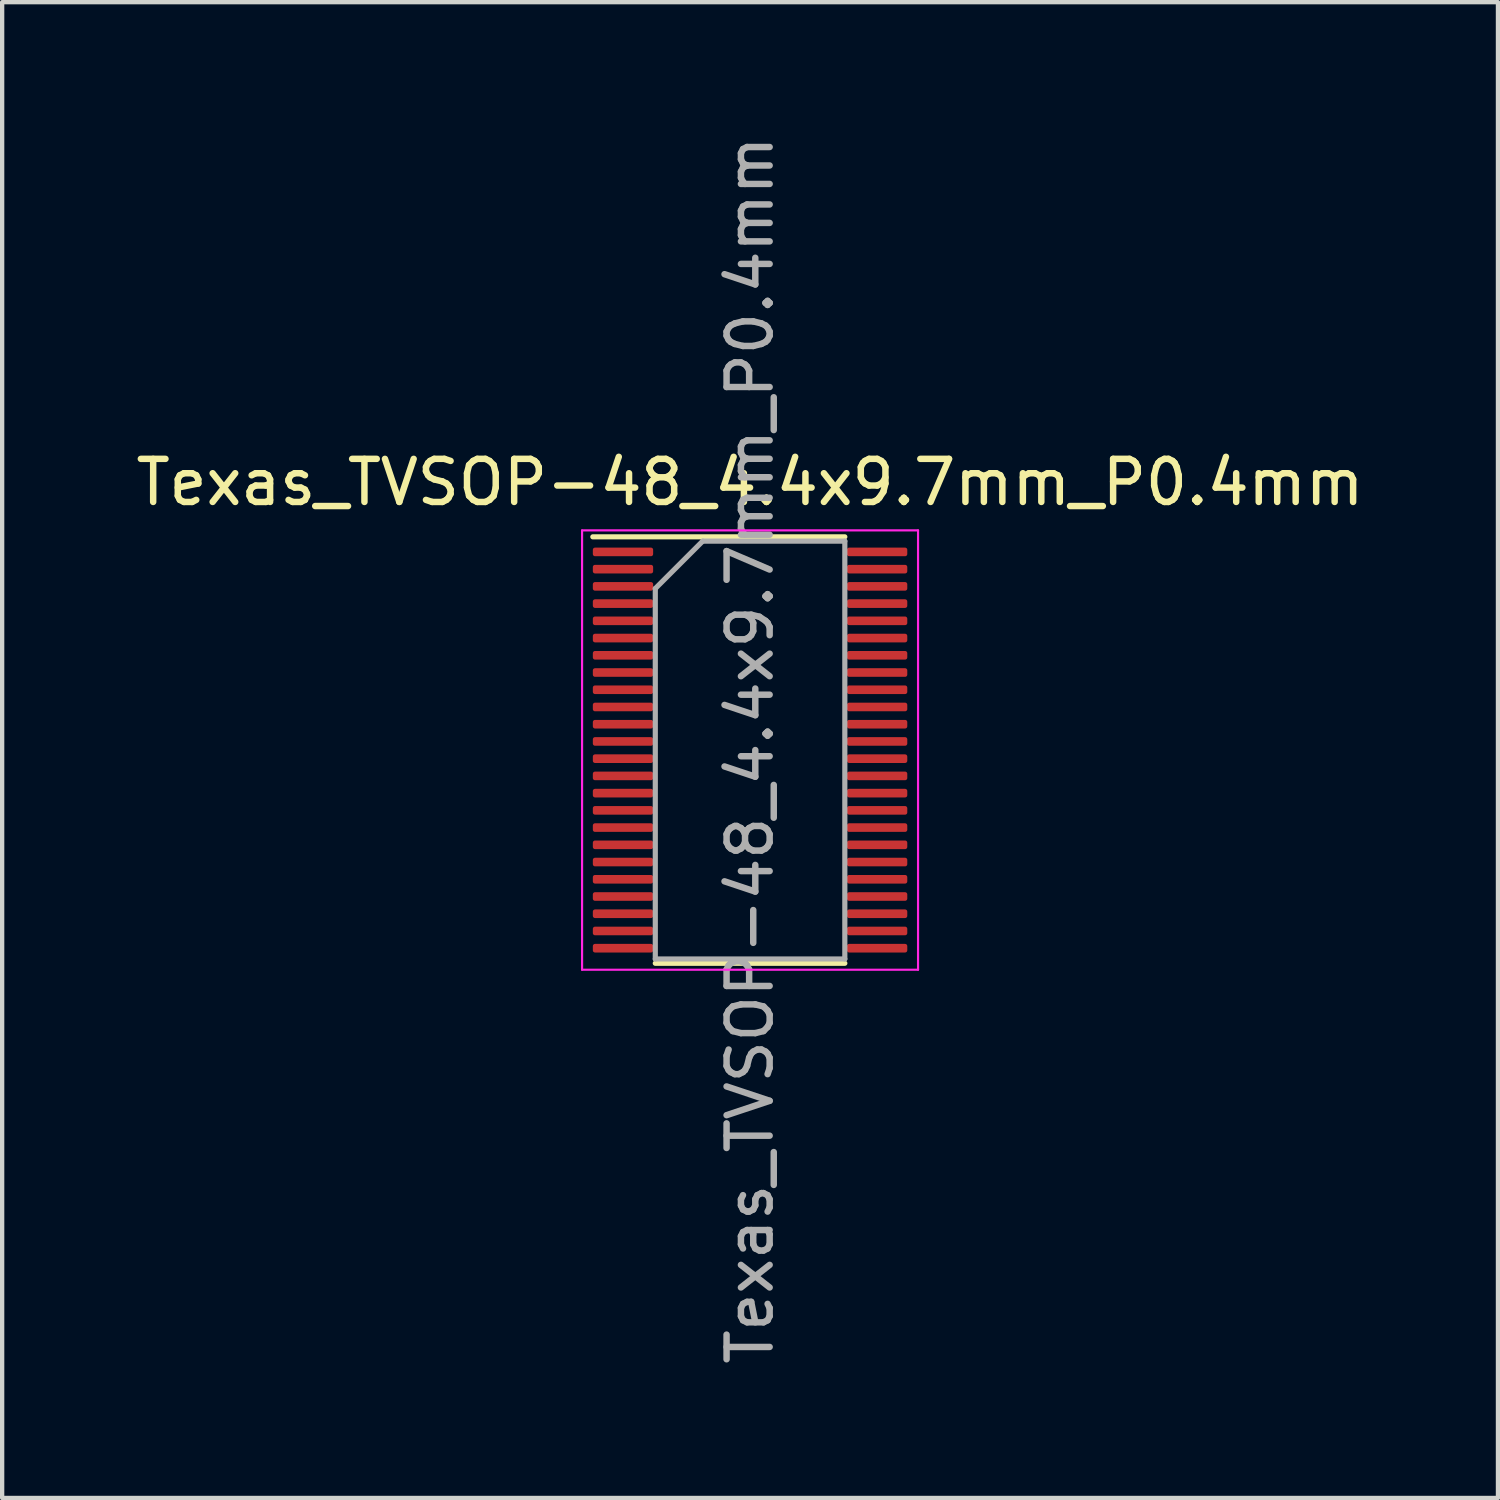
<source format=kicad_pcb>
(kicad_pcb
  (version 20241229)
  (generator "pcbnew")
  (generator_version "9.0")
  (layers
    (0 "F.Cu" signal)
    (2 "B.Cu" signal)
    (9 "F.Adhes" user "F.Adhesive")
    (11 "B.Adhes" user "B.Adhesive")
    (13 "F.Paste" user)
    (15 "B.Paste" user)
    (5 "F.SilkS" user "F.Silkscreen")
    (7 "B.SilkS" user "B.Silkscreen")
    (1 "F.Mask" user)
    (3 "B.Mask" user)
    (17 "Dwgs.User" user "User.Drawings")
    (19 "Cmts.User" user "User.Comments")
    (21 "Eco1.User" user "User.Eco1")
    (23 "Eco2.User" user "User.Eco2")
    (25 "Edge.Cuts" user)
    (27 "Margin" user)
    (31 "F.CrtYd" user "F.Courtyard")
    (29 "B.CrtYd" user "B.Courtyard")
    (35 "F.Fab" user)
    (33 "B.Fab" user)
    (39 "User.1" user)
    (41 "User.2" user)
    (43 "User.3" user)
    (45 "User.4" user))
  (footprint "Texas_TVSOP-48_4.4x9.7mm_P0.4mm"
    (layer "F.Cu")
    (at 14.363 14.363)
    (property "Reference" "Texas_TVSOP-48_4.4x9.7mm_P0.4mm" (at 0 -6.215 0) (layer "F.SilkS") (effects (font (size 1 1) (thickness 0.15))))
    (attr smd)
    (fp_line (start -3.65 -4.95) (end 2.2 -4.95) (stroke (width 0.12) (type solid)) (layer "F.SilkS"))
    (fp_line (start 2.2 4.95) (end -2.2 4.95) (stroke (width 0.12) (type solid)) (layer "F.SilkS"))
    (fp_line (start -3.9 -5.1) (end 3.9 -5.1) (stroke (width 0.05) (type solid)) (layer "F.CrtYd"))
    (fp_line (start -3.9 5.1) (end -3.9 -5.1) (stroke (width 0.05) (type solid)) (layer "F.CrtYd"))
    (fp_line (start 3.9 -5.1) (end 3.9 5.1) (stroke (width 0.05) (type solid)) (layer "F.CrtYd"))
    (fp_line (start 3.9 5.1) (end -3.9 5.1) (stroke (width 0.05) (type solid)) (layer "F.CrtYd"))
    (fp_line (start -2.2 -3.75) (end -1.1 -4.85) (stroke (width 0.12) (type solid)) (layer "F.Fab"))
    (fp_line (start -2.2 4.85) (end -2.2 -3.75) (stroke (width 0.12) (type solid)) (layer "F.Fab"))
    (fp_line (start -1.1 -4.85) (end 2.2 -4.85) (stroke (width 0.12) (type solid)) (layer "F.Fab"))
    (fp_line (start 2.2 -4.85) (end 2.2 4.85) (stroke (width 0.12) (type solid)) (layer "F.Fab"))
    (fp_line (start 2.2 4.85) (end -2.2 4.85) (stroke (width 0.12) (type solid)) (layer "F.Fab"))
    (fp_text user "${REFERENCE}" (at 0 0 270) (layer "F.Fab") (effects (font (size 1 1) (thickness 0.15))))
    (pad "1" smd roundrect (at -2.95 -4.6 270) (size 0.2 1.4) (layers "F.Cu" "F.Mask" "F.Paste") (roundrect_rratio 0.25))
    (pad "2" smd roundrect (at -2.95 -4.2 270) (size 0.2 1.4) (layers "F.Cu" "F.Mask" "F.Paste") (roundrect_rratio 0.25))
    (pad "3" smd roundrect (at -2.95 -3.8 270) (size 0.2 1.4) (layers "F.Cu" "F.Mask" "F.Paste") (roundrect_rratio 0.25))
    (pad "4" smd roundrect (at -2.95 -3.4 270) (size 0.2 1.4) (layers "F.Cu" "F.Mask" "F.Paste") (roundrect_rratio 0.25))
    (pad "5" smd roundrect (at -2.95 -3 270) (size 0.2 1.4) (layers "F.Cu" "F.Mask" "F.Paste") (roundrect_rratio 0.25))
    (pad "6" smd roundrect (at -2.95 -2.6 270) (size 0.2 1.4) (layers "F.Cu" "F.Mask" "F.Paste") (roundrect_rratio 0.25))
    (pad "7" smd roundrect (at -2.95 -2.2 270) (size 0.2 1.4) (layers "F.Cu" "F.Mask" "F.Paste") (roundrect_rratio 0.25))
    (pad "8" smd roundrect (at -2.95 -1.8 270) (size 0.2 1.4) (layers "F.Cu" "F.Mask" "F.Paste") (roundrect_rratio 0.25))
    (pad "9" smd roundrect (at -2.95 -1.4 270) (size 0.2 1.4) (layers "F.Cu" "F.Mask" "F.Paste") (roundrect_rratio 0.25))
    (pad "10" smd roundrect (at -2.95 -1 270) (size 0.2 1.4) (layers "F.Cu" "F.Mask" "F.Paste") (roundrect_rratio 0.25))
    (pad "11" smd roundrect (at -2.95 -0.6 270) (size 0.2 1.4) (layers "F.Cu" "F.Mask" "F.Paste") (roundrect_rratio 0.25))
    (pad "12" smd roundrect (at -2.95 -0.2 270) (size 0.2 1.4) (layers "F.Cu" "F.Mask" "F.Paste") (roundrect_rratio 0.25))
    (pad "13" smd roundrect (at -2.95 0.2 270) (size 0.2 1.4) (layers "F.Cu" "F.Mask" "F.Paste") (roundrect_rratio 0.25))
    (pad "14" smd roundrect (at -2.95 0.6 270) (size 0.2 1.4) (layers "F.Cu" "F.Mask" "F.Paste") (roundrect_rratio 0.25))
    (pad "15" smd roundrect (at -2.95 1 270) (size 0.2 1.4) (layers "F.Cu" "F.Mask" "F.Paste") (roundrect_rratio 0.25))
    (pad "16" smd roundrect (at -2.95 1.4 270) (size 0.2 1.4) (layers "F.Cu" "F.Mask" "F.Paste") (roundrect_rratio 0.25))
    (pad "17" smd roundrect (at -2.95 1.8 270) (size 0.2 1.4) (layers "F.Cu" "F.Mask" "F.Paste") (roundrect_rratio 0.25))
    (pad "18" smd roundrect (at -2.95 2.2 270) (size 0.2 1.4) (layers "F.Cu" "F.Mask" "F.Paste") (roundrect_rratio 0.25))
    (pad "19" smd roundrect (at -2.95 2.6 270) (size 0.2 1.4) (layers "F.Cu" "F.Mask" "F.Paste") (roundrect_rratio 0.25))
    (pad "20" smd roundrect (at -2.95 3 270) (size 0.2 1.4) (layers "F.Cu" "F.Mask" "F.Paste") (roundrect_rratio 0.25))
    (pad "21" smd roundrect (at -2.95 3.4 270) (size 0.2 1.4) (layers "F.Cu" "F.Mask" "F.Paste") (roundrect_rratio 0.25))
    (pad "22" smd roundrect (at -2.95 3.8 270) (size 0.2 1.4) (layers "F.Cu" "F.Mask" "F.Paste") (roundrect_rratio 0.25))
    (pad "23" smd roundrect (at -2.95 4.2 270) (size 0.2 1.4) (layers "F.Cu" "F.Mask" "F.Paste") (roundrect_rratio 0.25))
    (pad "24" smd roundrect (at -2.95 4.6 270) (size 0.2 1.4) (layers "F.Cu" "F.Mask" "F.Paste") (roundrect_rratio 0.25))
    (pad "25" smd roundrect (at 2.95 4.6 270) (size 0.2 1.4) (layers "F.Cu" "F.Mask" "F.Paste") (roundrect_rratio 0.25))
    (pad "26" smd roundrect (at 2.95 4.2 270) (size 0.2 1.4) (layers "F.Cu" "F.Mask" "F.Paste") (roundrect_rratio 0.25))
    (pad "27" smd roundrect (at 2.95 3.8 270) (size 0.2 1.4) (layers "F.Cu" "F.Mask" "F.Paste") (roundrect_rratio 0.25))
    (pad "28" smd roundrect (at 2.95 3.4 270) (size 0.2 1.4) (layers "F.Cu" "F.Mask" "F.Paste") (roundrect_rratio 0.25))
    (pad "29" smd roundrect (at 2.95 3 270) (size 0.2 1.4) (layers "F.Cu" "F.Mask" "F.Paste") (roundrect_rratio 0.25))
    (pad "30" smd roundrect (at 2.95 2.6 270) (size 0.2 1.4) (layers "F.Cu" "F.Mask" "F.Paste") (roundrect_rratio 0.25))
    (pad "31" smd roundrect (at 2.95 2.2 270) (size 0.2 1.4) (layers "F.Cu" "F.Mask" "F.Paste") (roundrect_rratio 0.25))
    (pad "32" smd roundrect (at 2.95 1.8 270) (size 0.2 1.4) (layers "F.Cu" "F.Mask" "F.Paste") (roundrect_rratio 0.25))
    (pad "33" smd roundrect (at 2.95 1.4 270) (size 0.2 1.4) (layers "F.Cu" "F.Mask" "F.Paste") (roundrect_rratio 0.25))
    (pad "34" smd roundrect (at 2.95 1 270) (size 0.2 1.4) (layers "F.Cu" "F.Mask" "F.Paste") (roundrect_rratio 0.25))
    (pad "35" smd roundrect (at 2.95 0.6 270) (size 0.2 1.4) (layers "F.Cu" "F.Mask" "F.Paste") (roundrect_rratio 0.25))
    (pad "36" smd roundrect (at 2.95 0.2 270) (size 0.2 1.4) (layers "F.Cu" "F.Mask" "F.Paste") (roundrect_rratio 0.25))
    (pad "37" smd roundrect (at 2.95 -0.2 270) (size 0.2 1.4) (layers "F.Cu" "F.Mask" "F.Paste") (roundrect_rratio 0.25))
    (pad "38" smd roundrect (at 2.95 -0.6 270) (size 0.2 1.4) (layers "F.Cu" "F.Mask" "F.Paste") (roundrect_rratio 0.25))
    (pad "39" smd roundrect (at 2.95 -1 270) (size 0.2 1.4) (layers "F.Cu" "F.Mask" "F.Paste") (roundrect_rratio 0.25))
    (pad "40" smd roundrect (at 2.95 -1.4 270) (size 0.2 1.4) (layers "F.Cu" "F.Mask" "F.Paste") (roundrect_rratio 0.25))
    (pad "41" smd roundrect (at 2.95 -1.8 270) (size 0.2 1.4) (layers "F.Cu" "F.Mask" "F.Paste") (roundrect_rratio 0.25))
    (pad "42" smd roundrect (at 2.95 -2.2 270) (size 0.2 1.4) (layers "F.Cu" "F.Mask" "F.Paste") (roundrect_rratio 0.25))
    (pad "43" smd roundrect (at 2.95 -2.6 270) (size 0.2 1.4) (layers "F.Cu" "F.Mask" "F.Paste") (roundrect_rratio 0.25))
    (pad "44" smd roundrect (at 2.95 -3 270) (size 0.2 1.4) (layers "F.Cu" "F.Mask" "F.Paste") (roundrect_rratio 0.25))
    (pad "45" smd roundrect (at 2.95 -3.4 270) (size 0.2 1.4) (layers "F.Cu" "F.Mask" "F.Paste") (roundrect_rratio 0.25))
    (pad "46" smd roundrect (at 2.95 -3.8 270) (size 0.2 1.4) (layers "F.Cu" "F.Mask" "F.Paste") (roundrect_rratio 0.25))
    (pad "47" smd roundrect (at 2.95 -4.2 270) (size 0.2 1.4) (layers "F.Cu" "F.Mask" "F.Paste") (roundrect_rratio 0.25))
    (pad "48" smd roundrect (at 2.95 -4.6 270) (size 0.2 1.4) (layers "F.Cu" "F.Mask" "F.Paste") (roundrect_rratio 0.25)))
  (gr_rect
    (start -3 -3)
    (end 31.726 31.726)
    (stroke (width 0.1) (type default))
    (fill no)
    (layer "Edge.Cuts")))
</source>
